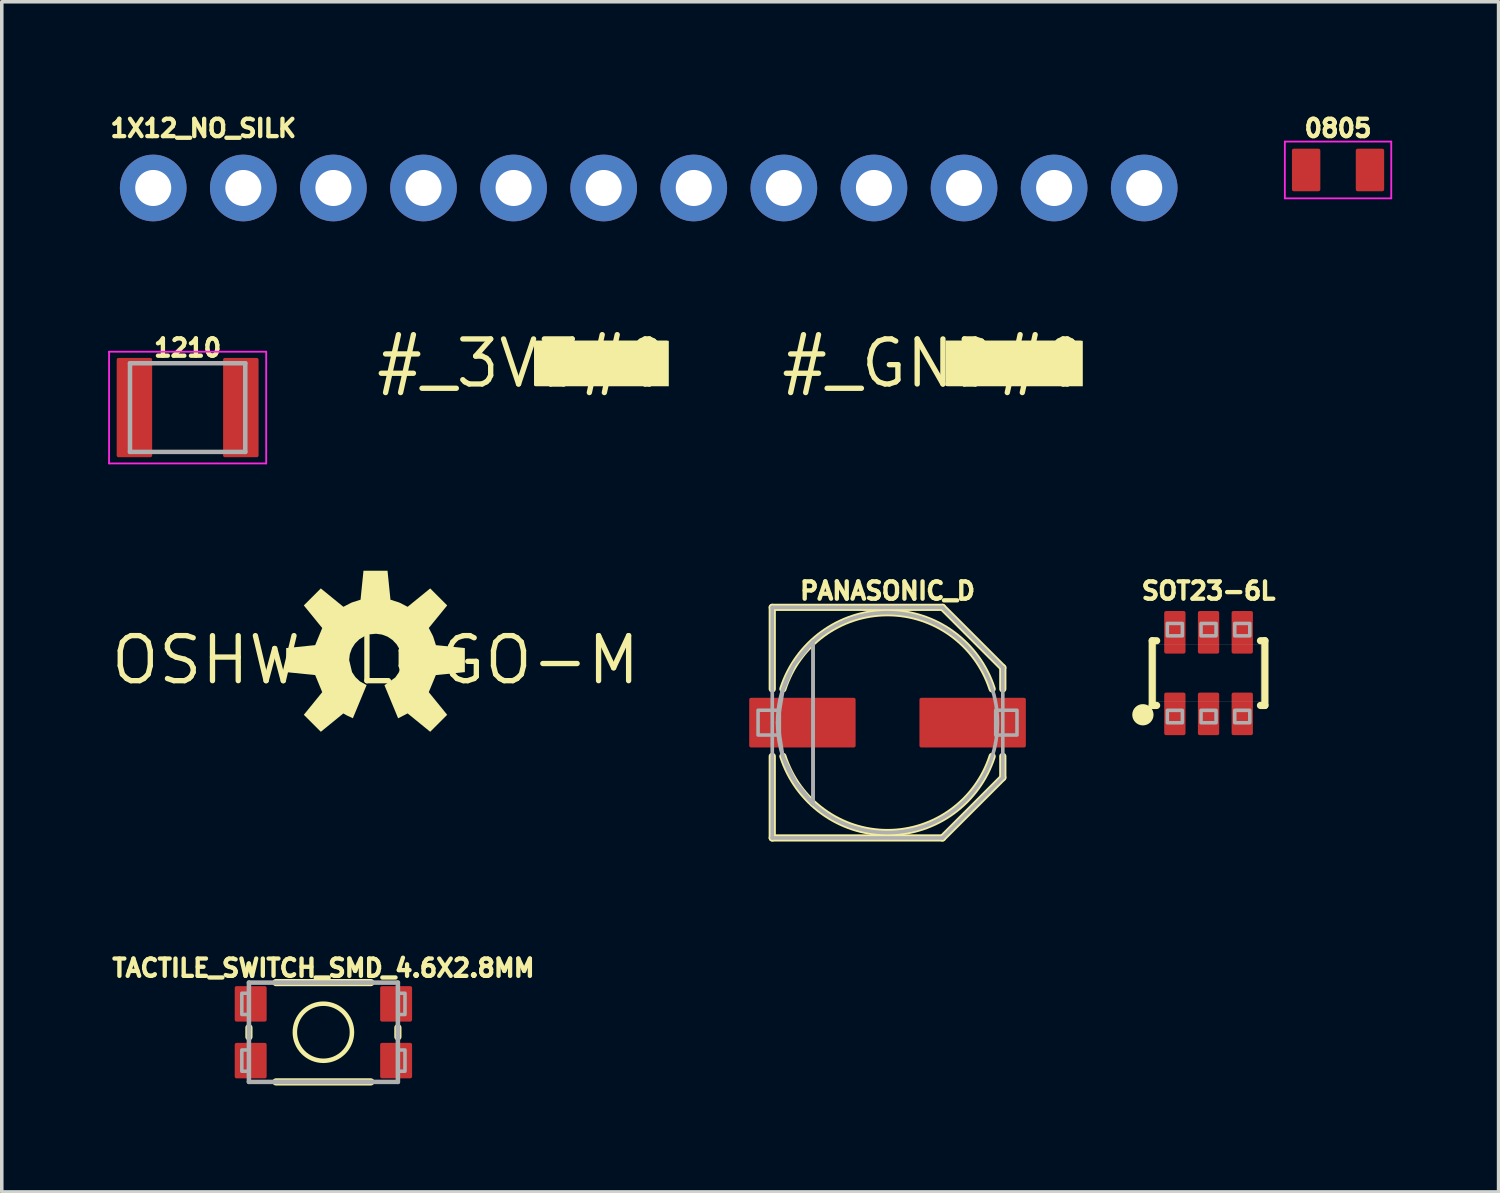
<source format=kicad_pcb>
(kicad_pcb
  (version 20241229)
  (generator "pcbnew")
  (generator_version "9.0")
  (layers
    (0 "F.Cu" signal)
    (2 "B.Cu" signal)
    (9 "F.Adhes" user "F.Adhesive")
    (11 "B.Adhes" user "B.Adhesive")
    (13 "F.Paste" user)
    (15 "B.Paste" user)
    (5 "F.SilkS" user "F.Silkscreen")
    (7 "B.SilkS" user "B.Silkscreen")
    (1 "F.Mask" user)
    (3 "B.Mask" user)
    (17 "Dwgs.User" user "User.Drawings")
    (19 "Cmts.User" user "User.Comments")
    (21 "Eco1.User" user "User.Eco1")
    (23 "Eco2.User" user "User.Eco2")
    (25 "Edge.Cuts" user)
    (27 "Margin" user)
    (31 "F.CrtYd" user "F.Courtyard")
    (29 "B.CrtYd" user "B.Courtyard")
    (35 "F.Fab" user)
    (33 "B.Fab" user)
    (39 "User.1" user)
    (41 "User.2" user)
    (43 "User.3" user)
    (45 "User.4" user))
  (footprint "OSHW-LOGO-M"
    (layer "F.Cu")
    (at 7.537 15.561)
    (property "Reference" "OSHW-LOGO-M" (at 0 0 0) (layer "F.SilkS") (effects (font (size 1.27 1.27) (thickness 0.15))))
    (fp_poly (pts (xy 0.422 -1.703) (xy 0.672 -1.623) (xy 0.906 -1.503) (xy 1.542 -2.021) (xy 2.021 -1.542) (xy 1.503 -0.906) (xy 1.623 -0.672) (xy 1.703 -0.422) (xy 2.519 -0.339) (xy 2.519 0.339) (xy 1.701 0.422) (xy 1.502 0.904) (xy 2.021 1.542) (xy 1.542 2.021) (xy 0.906 1.503) (xy 0.638 1.641) (xy 0.252 0.708) (xy 0.558 0.49) (xy 0.653 0.354) (xy 0.716 0.197) (xy 0.742 0.031) (xy 0.73 -0.137) (xy 0.68 -0.298) (xy 0.596 -0.444) (xy 0.48 -0.567) (xy 0.34 -0.661) (xy 0.182 -0.72) (xy 0.015 -0.743) (xy -0.152 -0.727) (xy -0.312 -0.674) (xy -0.456 -0.586) (xy -0.577 -0.468) (xy -0.667 -0.326) (xy -0.724 -0.167) (xy -0.743 -0.002) (xy -0.661 0.339) (xy -0.565 0.482) (xy -0.437 0.601) (xy -0.251 0.705) (xy -0.638 1.639) (xy -0.804 1.562) (xy -0.907 1.504) (xy -1.542 2.021) (xy -2.021 1.542) (xy -1.502 0.904) (xy -1.701 0.422) (xy -2.519 0.339) (xy -2.519 -0.339) (xy -1.701 -0.422) (xy -1.502 -0.904) (xy -2.021 -1.542) (xy -1.542 -2.021) (xy -0.906 -1.503) (xy -0.672 -1.623) (xy -0.422 -1.703) (xy -0.339 -2.519) (xy 0.339 -2.519)) (stroke (width 0) (type default)) (fill yes) (layer "F.SilkS")))
  (footprint "1X12_NO_SILK"
    (layer "F.Cu")
    (at 1.27 2.25)
    (property "Reference" "1X12_NO_SILK" (at -1.27 -1.397 0) (unlocked yes) (layer "F.SilkS") (effects (font (size 0.488 0.488) (thickness 0.122)) (justify left bottom)))
    (pad "1" thru_hole circle (at 0 0 90) (size 1.88 1.88) (drill 1.016) (layers "*.Cu" "*.Mask"))
    (pad "2" thru_hole circle (at 2.54 0 90) (size 1.88 1.88) (drill 1.016) (layers "*.Cu" "*.Mask"))
    (pad "3" thru_hole circle (at 5.08 0 90) (size 1.88 1.88) (drill 1.016) (layers "*.Cu" "*.Mask"))
    (pad "4" thru_hole circle (at 7.62 0 90) (size 1.88 1.88) (drill 1.016) (layers "*.Cu" "*.Mask"))
    (pad "5" thru_hole circle (at 10.16 0 90) (size 1.88 1.88) (drill 1.016) (layers "*.Cu" "*.Mask"))
    (pad "6" thru_hole circle (at 12.7 0 90) (size 1.88 1.88) (drill 1.016) (layers "*.Cu" "*.Mask"))
    (pad "7" thru_hole circle (at 15.24 0 90) (size 1.88 1.88) (drill 1.016) (layers "*.Cu" "*.Mask"))
    (pad "8" thru_hole circle (at 17.78 0 90) (size 1.88 1.88) (drill 1.016) (layers "*.Cu" "*.Mask"))
    (pad "9" thru_hole circle (at 20.32 0 90) (size 1.88 1.88) (drill 1.016) (layers "*.Cu" "*.Mask"))
    (pad "10" thru_hole circle (at 22.86 0 90) (size 1.88 1.88) (drill 1.016) (layers "*.Cu" "*.Mask"))
    (pad "11" thru_hole circle (at 25.4 0 90) (size 1.88 1.88) (drill 1.016) (layers "*.Cu" "*.Mask"))
    (pad "12" thru_hole circle (at 27.94 0 90) (size 1.88 1.88) (drill 1.016) (layers "*.Cu" "*.Mask")))
  (footprint "TACTILE_SWITCH_SMD_4.6X2.8MM"
    (layer "F.Cu")
    (at 6.068 26.053)
    (property "Reference" "TACTILE_SWITCH_SMD_4.6X2.8MM" (at 0 -1.524 0) (unlocked yes) (layer "F.SilkS") (effects (font (size 0.488 0.488) (thickness 0.122)) (justify bottom)))
    (fp_line (start -2.1 -0.13) (end -2.1 0.13) (stroke (width 0.203) (type solid)) (layer "F.SilkS"))
    (fp_line (start -1.338 -1.4) (end 1.338 -1.4) (stroke (width 0.203) (type solid)) (layer "F.SilkS"))
    (fp_line (start 1.338 1.4) (end -1.338 1.4) (stroke (width 0.203) (type solid)) (layer "F.SilkS"))
    (fp_line (start 2.1 0.13) (end 2.1 -0.13) (stroke (width 0.203) (type solid)) (layer "F.SilkS"))
    (fp_circle (center 0 0) (end 0.805 0) (stroke (width 0.127) (type solid)) (fill no) (layer "F.SilkS"))
    (fp_line (start -2.1 -1.4) (end -2.1 1.4) (stroke (width 0.127) (type solid)) (layer "F.Fab"))
    (fp_line (start -2.1 -1.4) (end 2.1 -1.4) (stroke (width 0.127) (type solid)) (layer "F.Fab"))
    (fp_line (start -2.1 1.4) (end 2.1 1.4) (stroke (width 0.127) (type solid)) (layer "F.Fab"))
    (fp_line (start 2.1 1.4) (end 2.1 -1.4) (stroke (width 0.127) (type solid)) (layer "F.Fab"))
    (fp_poly (pts (xy -2.3 -0.5) (xy -2.1 -0.5) (xy -2.1 -1.1) (xy -2.3 -1.1)) (stroke (width 0.1) (type default)) (fill no) (layer "F.Fab"))
    (fp_poly (pts (xy -2.3 1.1) (xy -2.1 1.1) (xy -2.1 0.5) (xy -2.3 0.5)) (stroke (width 0.1) (type default)) (fill no) (layer "F.Fab"))
    (fp_poly (pts (xy 2.3 -1.1) (xy 2.1 -1.1) (xy 2.1 -0.5) (xy 2.3 -0.5)) (stroke (width 0.1) (type default)) (fill no) (layer "F.Fab"))
    (fp_poly (pts (xy 2.3 0.5) (xy 2.1 0.5) (xy 2.1 1.1) (xy 2.3 1.1)) (stroke (width 0.1) (type default)) (fill no) (layer "F.Fab"))
    (pad "1" smd roundrect (at -2.05 0.8) (size 0.9 1) (layers "F.Cu" "F.Mask" "F.Paste") (roundrect_rratio 0.056))
    (pad "2" smd roundrect (at 2.05 0.8) (size 0.9 1) (layers "F.Cu" "F.Mask" "F.Paste") (roundrect_rratio 0.056))
    (pad "3" smd roundrect (at 2.05 -0.8) (size 0.9 1) (layers "F.Cu" "F.Mask" "F.Paste") (roundrect_rratio 0.056))
    (pad "4" smd roundrect (at -2.05 -0.8) (size 0.9 1) (layers "F.Cu" "F.Mask" "F.Paste") (roundrect_rratio 0.056)))
  (footprint "1210"
    (layer "F.Cu")
    (at 2.24 8.441)
    (property "Reference" "1210" (at 0 -1.397 0) (unlocked yes) (layer "F.SilkS") (effects (font (size 0.488 0.488) (thickness 0.122)) (justify bottom)))
    (fp_line (start -2.215 -1.575) (end 2.215 -1.575) (stroke (width 0.051) (type solid)) (layer "F.CrtYd"))
    (fp_line (start -2.215 1.575) (end -2.215 -1.575) (stroke (width 0.051) (type solid)) (layer "F.CrtYd"))
    (fp_line (start 2.215 -1.575) (end 2.215 1.575) (stroke (width 0.051) (type solid)) (layer "F.CrtYd"))
    (fp_line (start 2.215 1.575) (end -2.215 1.575) (stroke (width 0.051) (type solid)) (layer "F.CrtYd"))
    (fp_line (start -1.625 -1.25) (end 1.625 -1.25) (stroke (width 0.127) (type solid)) (layer "F.Fab"))
    (fp_line (start -1.625 1.25) (end -1.625 -1.25) (stroke (width 0.127) (type solid)) (layer "F.Fab"))
    (fp_line (start 1.625 1.25) (end -1.625 1.25) (stroke (width 0.127) (type solid)) (layer "F.Fab"))
    (fp_line (start 1.625 -1.25) (end 1.625 1.25) (stroke (width 0.127) (type solid)) (layer "F.Fab"))
    (pad "1" smd roundrect (at -1.5 0) (size 1 2.8) (layers "F.Cu" "F.Mask" "F.Paste") (roundrect_rratio 0.051))
    (pad "2" smd roundrect (at 1.5 0) (size 1 2.8) (layers "F.Cu" "F.Mask" "F.Paste") (roundrect_rratio 0.051)))
  (footprint "0805"
    (layer "F.Cu")
    (at 34.675 1.742)
    (property "Reference" "0805" (at 0 -0.889 0) (unlocked yes) (layer "F.SilkS") (effects (font (size 0.488 0.488) (thickness 0.122)) (justify bottom)))
    (fp_line (start -1.5 -0.8) (end 1.5 -0.8) (stroke (width 0.051) (type solid)) (layer "F.CrtYd"))
    (fp_line (start -1.5 0.8) (end -1.5 -0.8) (stroke (width 0.051) (type solid)) (layer "F.CrtYd"))
    (fp_line (start 1.5 -0.8) (end 1.5 0.8) (stroke (width 0.051) (type solid)) (layer "F.CrtYd"))
    (fp_line (start 1.5 0.8) (end -1.5 0.8) (stroke (width 0.051) (type solid)) (layer "F.CrtYd"))
    (pad "1" smd roundrect (at -0.9 0) (size 0.8 1.2) (layers "F.Cu" "F.Mask" "F.Paste") (roundrect_rratio 0.064))
    (pad "2" smd roundrect (at 0.9 0) (size 0.8 1.2) (layers "F.Cu" "F.Mask" "F.Paste") (roundrect_rratio 0.064)))
  (footprint "PANASONIC_D"
    (layer "F.Cu")
    (at 21.973 17.324)
    (property "Reference" "PANASONIC_D" (at 0 -3.429 0) (unlocked yes) (layer "F.SilkS") (effects (font (size 0.488 0.488) (thickness 0.122)) (justify bottom)))
    (fp_line (start -3.25 -3.25) (end 1.55 -3.25) (stroke (width 0.203) (type solid)) (layer "F.SilkS"))
    (fp_line (start -3.25 -0.95) (end -3.25 -3.25) (stroke (width 0.203) (type solid)) (layer "F.SilkS"))
    (fp_line (start -3.25 3.25) (end -3.25 0.95) (stroke (width 0.203) (type solid)) (layer "F.SilkS"))
    (fp_line (start 1.55 -3.25) (end 3.25 -1.55) (stroke (width 0.203) (type solid)) (layer "F.SilkS"))
    (fp_line (start 1.55 3.25) (end -3.25 3.25) (stroke (width 0.203) (type solid)) (layer "F.SilkS"))
    (fp_line (start 3.25 -1.55) (end 3.25 -0.95) (stroke (width 0.203) (type solid)) (layer "F.SilkS"))
    (fp_line (start 3.25 0.95) (end 3.25 1.55) (stroke (width 0.203) (type solid)) (layer "F.SilkS"))
    (fp_line (start 3.25 1.55) (end 1.55 3.25) (stroke (width 0.203) (type solid)) (layer "F.SilkS"))
    (fp_arc (start -2.95 -0.95) (mid 0 -3.099193) (end 2.95 -0.95) (stroke (width 0.2032) (type solid)) (layer "F.SilkS"))
    (fp_arc (start 2.95 0.95) (mid 0 3.099193) (end -2.95 0.95) (stroke (width 0.2032) (type solid)) (layer "F.SilkS"))
    (fp_line (start -3.25 -3.25) (end 1.55 -3.25) (stroke (width 0.102) (type solid)) (layer "F.Fab"))
    (fp_line (start -3.25 3.25) (end -3.25 -3.25) (stroke (width 0.102) (type solid)) (layer "F.Fab"))
    (fp_line (start -2.1 -2.25) (end -2.1 2.2) (stroke (width 0.102) (type solid)) (layer "F.Fab"))
    (fp_line (start 1.55 -3.25) (end 3.25 -1.55) (stroke (width 0.102) (type solid)) (layer "F.Fab"))
    (fp_line (start 1.55 3.25) (end -3.25 3.25) (stroke (width 0.102) (type solid)) (layer "F.Fab"))
    (fp_line (start 3.25 -1.55) (end 3.25 1.55) (stroke (width 0.102) (type solid)) (layer "F.Fab"))
    (fp_line (start 3.25 1.55) (end 1.55 3.25) (stroke (width 0.102) (type solid)) (layer "F.Fab"))
    (fp_circle (center 0 0) (end 3.1 0) (stroke (width 0.102) (type solid)) (fill no) (layer "F.Fab"))
    (fp_poly (pts (xy -3.65 0.35) (xy -3.05 0.35) (xy -3.05 -0.35) (xy -3.65 -0.35)) (stroke (width 0.1) (type default)) (fill no) (layer "F.Fab"))
    (fp_poly (pts (xy 3.05 0.35) (xy 3.65 0.35) (xy 3.65 -0.35) (xy 3.05 -0.35)) (stroke (width 0.1) (type default)) (fill no) (layer "F.Fab"))
    (fp_poly (pts (xy -2.099 2.295) (xy -2.593 1.678) (xy -2.949 0.966) (xy -3.101 -0.00022) (xy -2.949 -0.914) (xy -2.644 -1.627) (xy -2.099 -2.292)) (stroke (width 0.1) (type default)) (fill no) (layer "F.Fab"))
    (pad "+" smd roundrect (at 2.4 0) (size 3 1.4) (layers "F.Cu" "F.Mask" "F.Paste") (roundrect_rratio 0.036))
    (pad "-" smd roundrect (at -2.4 0) (size 3 1.4) (layers "F.Cu" "F.Mask" "F.Paste") (roundrect_rratio 0.036)))
  (footprint "#_3V3#0"
    (layer "F.Cu")
    (at 11.691 7.196)
    (property "Reference" "#_3V3#0" (at 0 0 0) (layer "F.SilkS") (effects (font (size 1.27 1.27) (thickness 0.15))))
    (fp_poly (pts (xy 4.06 -0.645) (xy 4.115 -0.634) (xy 4.115 0.645) (xy 0.359 0.645) (xy 0.315 0.623) (xy 0.315 -0.59) (xy 0.326 -0.645)) (stroke (width 0) (type default)) (fill yes) (layer "F.SilkS")))
  (footprint "SOT23-6L"
    (layer "F.Cu")
    (at 31.024 15.927)
    (property "Reference" "SOT23-6L" (at 0 -2.032 0) (unlocked yes) (layer "F.SilkS") (effects (font (size 0.488 0.488) (thickness 0.122)) (justify bottom)))
    (fp_line (start -1.588 -0.912) (end -1.464 -0.912) (stroke (width 0.203) (type solid)) (layer "F.SilkS"))
    (fp_line (start -1.588 0.912) (end -1.588 -0.912) (stroke (width 0.203) (type solid)) (layer "F.SilkS"))
    (fp_line (start -1.588 0.912) (end -1.464 0.912) (stroke (width 0.203) (type solid)) (layer "F.SilkS"))
    (fp_line (start 1.588 -0.912) (end 1.464 -0.912) (stroke (width 0.203) (type solid)) (layer "F.SilkS"))
    (fp_line (start 1.588 -0.912) (end 1.588 0.912) (stroke (width 0.203) (type solid)) (layer "F.SilkS"))
    (fp_line (start 1.588 0.912) (end 1.464 0.912) (stroke (width 0.203) (type solid)) (layer "F.SilkS"))
    (fp_circle (center -1.851 1.175) (end -1.701 1.175) (stroke (width 0.3) (type solid)) (fill yes) (layer "F.SilkS"))
    (fp_line (start -1.462 -0.812) (end 1.462 -0.812) (stroke (width 0.003) (type solid)) (layer "F.Fab"))
    (fp_line (start -1.462 0.812) (end -1.462 -0.812) (stroke (width 0.003) (type solid)) (layer "F.Fab"))
    (fp_line (start 1.462 -0.812) (end 1.462 0.812) (stroke (width 0.003) (type solid)) (layer "F.Fab"))
    (fp_line (start 1.462 0.812) (end -1.462 0.812) (stroke (width 0.003) (type solid)) (layer "F.Fab"))
    (fp_poly (pts (xy -1.163 -1.05) (xy -0.738 -1.05) (xy -0.738 -1.4) (xy -1.163 -1.4)) (stroke (width 0.1) (type default)) (fill no) (layer "F.Fab"))
    (fp_poly (pts (xy -0.738 1.05) (xy -1.163 1.05) (xy -1.163 1.4) (xy -0.738 1.4)) (stroke (width 0.1) (type default)) (fill no) (layer "F.Fab"))
    (fp_poly (pts (xy -0.212 -1.05) (xy 0.212 -1.05) (xy 0.212 -1.4) (xy -0.212 -1.4)) (stroke (width 0.1) (type default)) (fill no) (layer "F.Fab"))
    (fp_poly (pts (xy 0.212 1.05) (xy -0.212 1.05) (xy -0.212 1.4) (xy 0.212 1.4)) (stroke (width 0.1) (type default)) (fill no) (layer "F.Fab"))
    (fp_poly (pts (xy 0.738 -1.05) (xy 1.163 -1.05) (xy 1.163 -1.4) (xy 0.738 -1.4)) (stroke (width 0.1) (type default)) (fill no) (layer "F.Fab"))
    (fp_poly (pts (xy 1.163 1.05) (xy 0.738 1.05) (xy 0.738 1.4) (xy 1.163 1.4)) (stroke (width 0.1) (type default)) (fill no) (layer "F.Fab"))
    (pad "1" smd roundrect (at -0.95 1.15 180) (size 0.6 1.2) (layers "F.Cu" "F.Mask" "F.Paste") (roundrect_rratio 0.085))
    (pad "2" smd roundrect (at 0 1.15 180) (size 0.6 1.2) (layers "F.Cu" "F.Mask" "F.Paste") (roundrect_rratio 0.085))
    (pad "3" smd roundrect (at 0.95 1.15 180) (size 0.6 1.2) (layers "F.Cu" "F.Mask" "F.Paste") (roundrect_rratio 0.085))
    (pad "4" smd roundrect (at 0.95 -1.15) (size 0.6 1.2) (layers "F.Cu" "F.Mask" "F.Paste") (roundrect_rratio 0.085))
    (pad "5" smd roundrect (at 0 -1.15) (size 0.6 1.2) (layers "F.Cu" "F.Mask" "F.Paste") (roundrect_rratio 0.085))
    (pad "6" smd roundrect (at -0.95 -1.15) (size 0.6 1.2) (layers "F.Cu" "F.Mask" "F.Paste") (roundrect_rratio 0.085)))
  (footprint "#_GND#0"
    (layer "F.Cu")
    (at 23.293 7.196)
    (property "Reference" "#_GND#0" (at 0 0 0) (layer "F.SilkS") (effects (font (size 1.27 1.27) (thickness 0.15))))
    (fp_poly (pts (xy 4.12 -0.645) (xy 4.185 -0.634) (xy 4.185 0.645) (xy 0.38 0.645) (xy 0.315 0.634) (xy 0.315 -0.645)) (stroke (width 0) (type default)) (fill yes) (layer "F.SilkS"))
    (fp_poly (pts (xy 3.392 -0.214) (xy 3.444 -0.174) (xy 3.484 -0.122) (xy 3.505 -0.061) (xy 3.515 0) (xy 3.505 0.061) (xy 3.484 0.123) (xy 3.434 0.174) (xy 3.394 0.214) (xy 3.372 0.235) (xy 3.176 0.235) (xy 3.165 0.17) (xy 3.165 -0.213) (xy 3.209 -0.235) (xy 3.331 -0.235)) (stroke (width 0) (type default)) (fill yes) (layer "F.SilkS")))
  (gr_rect
    (start -3 -3)
    (end 39.201 30.554)
    (stroke (width 0.1) (type default))
    (fill no)
    (layer "Edge.Cuts")))
</source>
